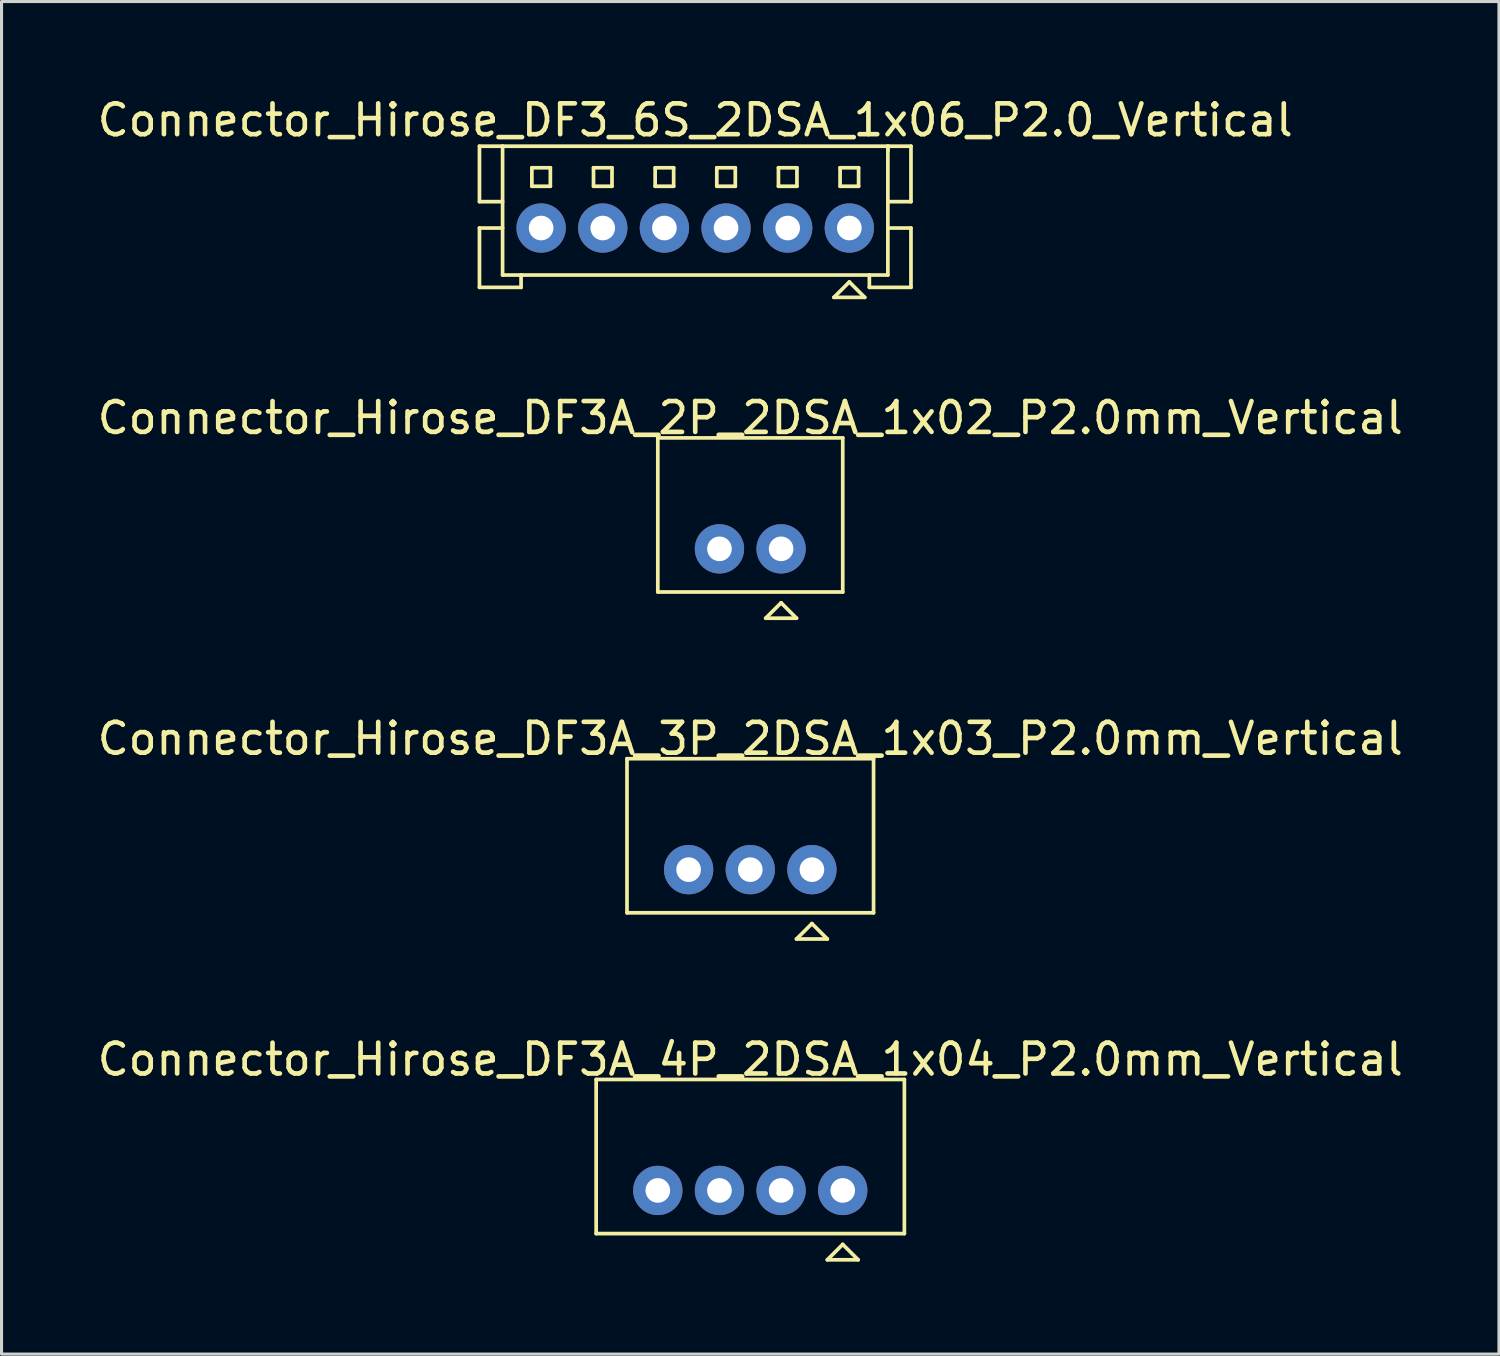
<source format=kicad_pcb>
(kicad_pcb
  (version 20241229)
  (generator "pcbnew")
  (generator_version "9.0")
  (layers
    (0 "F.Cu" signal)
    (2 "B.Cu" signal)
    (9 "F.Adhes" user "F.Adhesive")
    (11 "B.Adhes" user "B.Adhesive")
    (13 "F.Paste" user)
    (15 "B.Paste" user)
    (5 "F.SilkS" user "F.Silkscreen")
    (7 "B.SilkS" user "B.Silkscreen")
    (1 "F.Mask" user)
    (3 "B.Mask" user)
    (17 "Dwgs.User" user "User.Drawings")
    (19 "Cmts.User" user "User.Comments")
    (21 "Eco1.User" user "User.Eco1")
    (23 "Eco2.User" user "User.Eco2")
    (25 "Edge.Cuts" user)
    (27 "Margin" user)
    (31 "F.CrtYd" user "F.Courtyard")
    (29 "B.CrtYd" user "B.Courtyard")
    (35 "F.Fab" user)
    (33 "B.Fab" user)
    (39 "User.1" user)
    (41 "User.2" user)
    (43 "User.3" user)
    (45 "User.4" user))
  (footprint "Connector_Hirose_DF3A_3P_2DSA_1x03_P2.0mm_Vertical"
    (layer "F.Cu")
    (at 21.292 25.165)
    (property "Reference" "Connector_Hirose_DF3A_3P_2DSA_1x03_P2.0mm_Vertical" (at 0 -4.25 0) (layer "F.SilkS") (effects (font (size 1 1) (thickness 0.15))))
    (attr through_hole)
    (fp_line (start -4 -3.6) (end -4 1.4) (stroke (width 0.12) (type solid)) (layer "F.SilkS"))
    (fp_line (start -4 -3.6) (end 4 -3.6) (stroke (width 0.12) (type solid)) (layer "F.SilkS"))
    (fp_line (start -4 1.4) (end 4 1.4) (stroke (width 0.12) (type solid)) (layer "F.SilkS"))
    (fp_line (start 1.5 2.25) (end 2.5 2.25) (stroke (width 0.12) (type solid)) (layer "F.SilkS"))
    (fp_line (start 2 1.75) (end 1.5 2.25) (stroke (width 0.12) (type solid)) (layer "F.SilkS"))
    (fp_line (start 2.5 2.25) (end 2 1.75) (stroke (width 0.12) (type solid)) (layer "F.SilkS"))
    (fp_line (start 4 -3.6) (end 4 1.4) (stroke (width 0.12) (type solid)) (layer "F.SilkS"))
    (pad "1" thru_hole circle (at 2 0) (size 1.6 1.6) (drill 0.8) (layers "*.Cu" "*.Mask"))
    (pad "2" thru_hole circle (at 0 0) (size 1.6 1.6) (drill 0.8) (layers "*.Cu" "*.Mask"))
    (pad "3" thru_hole circle (at -2 0) (size 1.6 1.6) (drill 0.8) (layers "*.Cu" "*.Mask")))
  (footprint "Connector_Hirose_DF3A_4P_2DSA_1x04_P2.0mm_Vertical"
    (layer "F.Cu")
    (at 21.292 35.573)
    (property "Reference" "Connector_Hirose_DF3A_4P_2DSA_1x04_P2.0mm_Vertical" (at 0 -4.25 0) (layer "F.SilkS") (effects (font (size 1 1) (thickness 0.15))))
    (attr through_hole)
    (fp_line (start -5 -3.6) (end -5 1.4) (stroke (width 0.12) (type solid)) (layer "F.SilkS"))
    (fp_line (start -5 -3.6) (end 5 -3.6) (stroke (width 0.12) (type solid)) (layer "F.SilkS"))
    (fp_line (start -5 1.4) (end 5 1.4) (stroke (width 0.12) (type solid)) (layer "F.SilkS"))
    (fp_line (start 2.5 2.25) (end 3.5 2.25) (stroke (width 0.12) (type solid)) (layer "F.SilkS"))
    (fp_line (start 3 1.75) (end 2.5 2.25) (stroke (width 0.12) (type solid)) (layer "F.SilkS"))
    (fp_line (start 3.5 2.25) (end 3 1.75) (stroke (width 0.12) (type solid)) (layer "F.SilkS"))
    (fp_line (start 5 -3.6) (end 5 1.4) (stroke (width 0.12) (type solid)) (layer "F.SilkS"))
    (pad "1" thru_hole circle (at 3 0) (size 1.6 1.6) (drill 0.8) (layers "*.Cu" "*.Mask"))
    (pad "2" thru_hole circle (at 1 0) (size 1.6 1.6) (drill 0.8) (layers "*.Cu" "*.Mask"))
    (pad "3" thru_hole circle (at -1 0) (size 1.6 1.6) (drill 0.8) (layers "*.Cu" "*.Mask"))
    (pad "4" thru_hole circle (at -3 0) (size 1.6 1.6) (drill 0.8) (layers "*.Cu" "*.Mask")))
  (footprint "Connector_Hirose_DF3A_2P_2DSA_1x02_P2.0mm_Vertical"
    (layer "F.Cu")
    (at 21.292 14.757)
    (property "Reference" "Connector_Hirose_DF3A_2P_2DSA_1x02_P2.0mm_Vertical" (at 0 -4.25 0) (layer "F.SilkS") (effects (font (size 1 1) (thickness 0.15))))
    (attr through_hole)
    (fp_line (start -3 -3.6) (end -3 1.4) (stroke (width 0.12) (type solid)) (layer "F.SilkS"))
    (fp_line (start -3 -3.6) (end 3 -3.6) (stroke (width 0.12) (type solid)) (layer "F.SilkS"))
    (fp_line (start -3 1.4) (end 3 1.4) (stroke (width 0.12) (type solid)) (layer "F.SilkS"))
    (fp_line (start 0.5 2.25) (end 1.5 2.25) (stroke (width 0.12) (type solid)) (layer "F.SilkS"))
    (fp_line (start 1 1.75) (end 0.5 2.25) (stroke (width 0.12) (type solid)) (layer "F.SilkS"))
    (fp_line (start 1.5 2.25) (end 1 1.75) (stroke (width 0.12) (type solid)) (layer "F.SilkS"))
    (fp_line (start 3 -3.6) (end 3 1.4) (stroke (width 0.12) (type solid)) (layer "F.SilkS"))
    (pad "1" thru_hole circle (at 1 0) (size 1.6 1.6) (drill 0.8) (layers "*.Cu" "*.Mask"))
    (pad "2" thru_hole circle (at -1 0) (size 1.6 1.6) (drill 0.8) (layers "*.Cu" "*.Mask")))
  (footprint "Connector_Hirose_DF3_6S_2DSA_1x06_P2.0_Vertical"
    (layer "F.Cu")
    (at 19.506 4.348)
    (property "Reference" "Connector_Hirose_DF3_6S_2DSA_1x06_P2.0_Vertical" (at 0 -3.5 0) (layer "F.SilkS") (effects (font (size 1 1) (thickness 0.15))))
    (attr through_hole)
    (fp_line (start -7 -2.655) (end -7 -0.855) (stroke (width 0.12) (type solid)) (layer "F.SilkS"))
    (fp_line (start -7 -0.855) (end -6.25 -0.855) (stroke (width 0.12) (type solid)) (layer "F.SilkS"))
    (fp_line (start -7 0) (end -7 1.925) (stroke (width 0.12) (type solid)) (layer "F.SilkS"))
    (fp_line (start -7 1.925) (end -5.65 1.925) (stroke (width 0.12) (type solid)) (layer "F.SilkS"))
    (fp_line (start -6.25 -2.655) (end -7 -2.655) (stroke (width 0.12) (type solid)) (layer "F.SilkS"))
    (fp_line (start -6.25 -2.655) (end -6.25 1.525) (stroke (width 0.12) (type solid)) (layer "F.SilkS"))
    (fp_line (start -6.25 0) (end -7 0) (stroke (width 0.12) (type solid)) (layer "F.SilkS"))
    (fp_line (start -6.25 1.525) (end -5.65 1.525) (stroke (width 0.12) (type solid)) (layer "F.SilkS"))
    (fp_line (start -5.65 1.525) (end 5.65 1.525) (stroke (width 0.12) (type solid)) (layer "F.SilkS"))
    (fp_line (start -5.65 1.925) (end -5.65 1.525) (stroke (width 0.12) (type solid)) (layer "F.SilkS"))
    (fp_line (start -5.3 -1.955) (end -5.3 -1.355) (stroke (width 0.12) (type solid)) (layer "F.SilkS"))
    (fp_line (start -5.3 -1.955) (end -4.7 -1.955) (stroke (width 0.12) (type solid)) (layer "F.SilkS"))
    (fp_line (start -5.3 -1.355) (end -4.7 -1.355) (stroke (width 0.12) (type solid)) (layer "F.SilkS"))
    (fp_line (start -4.7 -1.955) (end -4.7 -1.355) (stroke (width 0.12) (type solid)) (layer "F.SilkS"))
    (fp_line (start -3.3 -1.955) (end -3.3 -1.355) (stroke (width 0.12) (type solid)) (layer "F.SilkS"))
    (fp_line (start -3.3 -1.955) (end -2.7 -1.955) (stroke (width 0.12) (type solid)) (layer "F.SilkS"))
    (fp_line (start -3.3 -1.355) (end -2.7 -1.355) (stroke (width 0.12) (type solid)) (layer "F.SilkS"))
    (fp_line (start -2.7 -1.955) (end -2.7 -1.355) (stroke (width 0.12) (type solid)) (layer "F.SilkS"))
    (fp_line (start -1.3 -1.955) (end -1.3 -1.355) (stroke (width 0.12) (type solid)) (layer "F.SilkS"))
    (fp_line (start -1.3 -1.955) (end -0.7 -1.955) (stroke (width 0.12) (type solid)) (layer "F.SilkS"))
    (fp_line (start -1.3 -1.355) (end -0.7 -1.355) (stroke (width 0.12) (type solid)) (layer "F.SilkS"))
    (fp_line (start -0.7 -1.955) (end -0.7 -1.355) (stroke (width 0.12) (type solid)) (layer "F.SilkS"))
    (fp_line (start 0.7 -1.955) (end 0.7 -1.355) (stroke (width 0.12) (type solid)) (layer "F.SilkS"))
    (fp_line (start 0.7 -1.955) (end 1.3 -1.955) (stroke (width 0.12) (type solid)) (layer "F.SilkS"))
    (fp_line (start 0.7 -1.355) (end 1.3 -1.355) (stroke (width 0.12) (type solid)) (layer "F.SilkS"))
    (fp_line (start 1.3 -1.955) (end 1.3 -1.355) (stroke (width 0.12) (type solid)) (layer "F.SilkS"))
    (fp_line (start 2.7 -1.955) (end 2.7 -1.355) (stroke (width 0.12) (type solid)) (layer "F.SilkS"))
    (fp_line (start 2.7 -1.955) (end 3.3 -1.955) (stroke (width 0.12) (type solid)) (layer "F.SilkS"))
    (fp_line (start 2.7 -1.355) (end 3.3 -1.355) (stroke (width 0.12) (type solid)) (layer "F.SilkS"))
    (fp_line (start 3.3 -1.955) (end 3.3 -1.355) (stroke (width 0.12) (type solid)) (layer "F.SilkS"))
    (fp_line (start 4.5 2.25) (end 5.5 2.25) (stroke (width 0.12) (type solid)) (layer "F.SilkS"))
    (fp_line (start 4.7 -1.955) (end 4.7 -1.355) (stroke (width 0.12) (type solid)) (layer "F.SilkS"))
    (fp_line (start 4.7 -1.955) (end 5.3 -1.955) (stroke (width 0.12) (type solid)) (layer "F.SilkS"))
    (fp_line (start 4.7 -1.355) (end 5.3 -1.355) (stroke (width 0.12) (type solid)) (layer "F.SilkS"))
    (fp_line (start 5 1.75) (end 4.5 2.25) (stroke (width 0.12) (type solid)) (layer "F.SilkS"))
    (fp_line (start 5.3 -1.955) (end 5.3 -1.355) (stroke (width 0.12) (type solid)) (layer "F.SilkS"))
    (fp_line (start 5.5 2.25) (end 5 1.75) (stroke (width 0.12) (type solid)) (layer "F.SilkS"))
    (fp_line (start 5.65 1.925) (end 5.65 1.525) (stroke (width 0.12) (type solid)) (layer "F.SilkS"))
    (fp_line (start 6.25 -2.655) (end -6.25 -2.655) (stroke (width 0.12) (type solid)) (layer "F.SilkS"))
    (fp_line (start 6.25 -2.655) (end 6.25 1.525) (stroke (width 0.12) (type solid)) (layer "F.SilkS"))
    (fp_line (start 6.25 -2.655) (end 7 -2.655) (stroke (width 0.12) (type solid)) (layer "F.SilkS"))
    (fp_line (start 6.25 -2.5) (end 6.25 -2.655) (stroke (width 0.12) (type solid)) (layer "F.SilkS"))
    (fp_line (start 6.25 0) (end 7 0) (stroke (width 0.12) (type solid)) (layer "F.SilkS"))
    (fp_line (start 6.25 1.525) (end 5.65 1.525) (stroke (width 0.12) (type solid)) (layer "F.SilkS"))
    (fp_line (start 7 -2.655) (end 7 -0.855) (stroke (width 0.12) (type solid)) (layer "F.SilkS"))
    (fp_line (start 7 -0.855) (end 6.25 -0.855) (stroke (width 0.12) (type solid)) (layer "F.SilkS"))
    (fp_line (start 7 0) (end 7 1.925) (stroke (width 0.12) (type solid)) (layer "F.SilkS"))
    (fp_line (start 7 1.925) (end 5.65 1.925) (stroke (width 0.12) (type solid)) (layer "F.SilkS"))
    (pad "1" thru_hole circle (at 5 0) (size 1.6 1.6) (drill 0.8) (layers "*.Cu" "*.Mask"))
    (pad "2" thru_hole circle (at 3 0) (size 1.6 1.6) (drill 0.8) (layers "*.Cu" "*.Mask"))
    (pad "3" thru_hole circle (at 1 0) (size 1.6 1.6) (drill 0.8) (layers "*.Cu" "*.Mask"))
    (pad "4" thru_hole circle (at -1 0) (size 1.6 1.6) (drill 0.8) (layers "*.Cu" "*.Mask"))
    (pad "5" thru_hole circle (at -3 0) (size 1.6 1.6) (drill 0.8) (layers "*.Cu" "*.Mask"))
    (pad "6" thru_hole circle (at -5 0) (size 1.6 1.6) (drill 0.8) (layers "*.Cu" "*.Mask")))
  (gr_rect
    (start -3 -3)
    (end 45.583 40.883)
    (stroke (width 0.1) (type default))
    (fill no)
    (layer "Edge.Cuts")))
</source>
